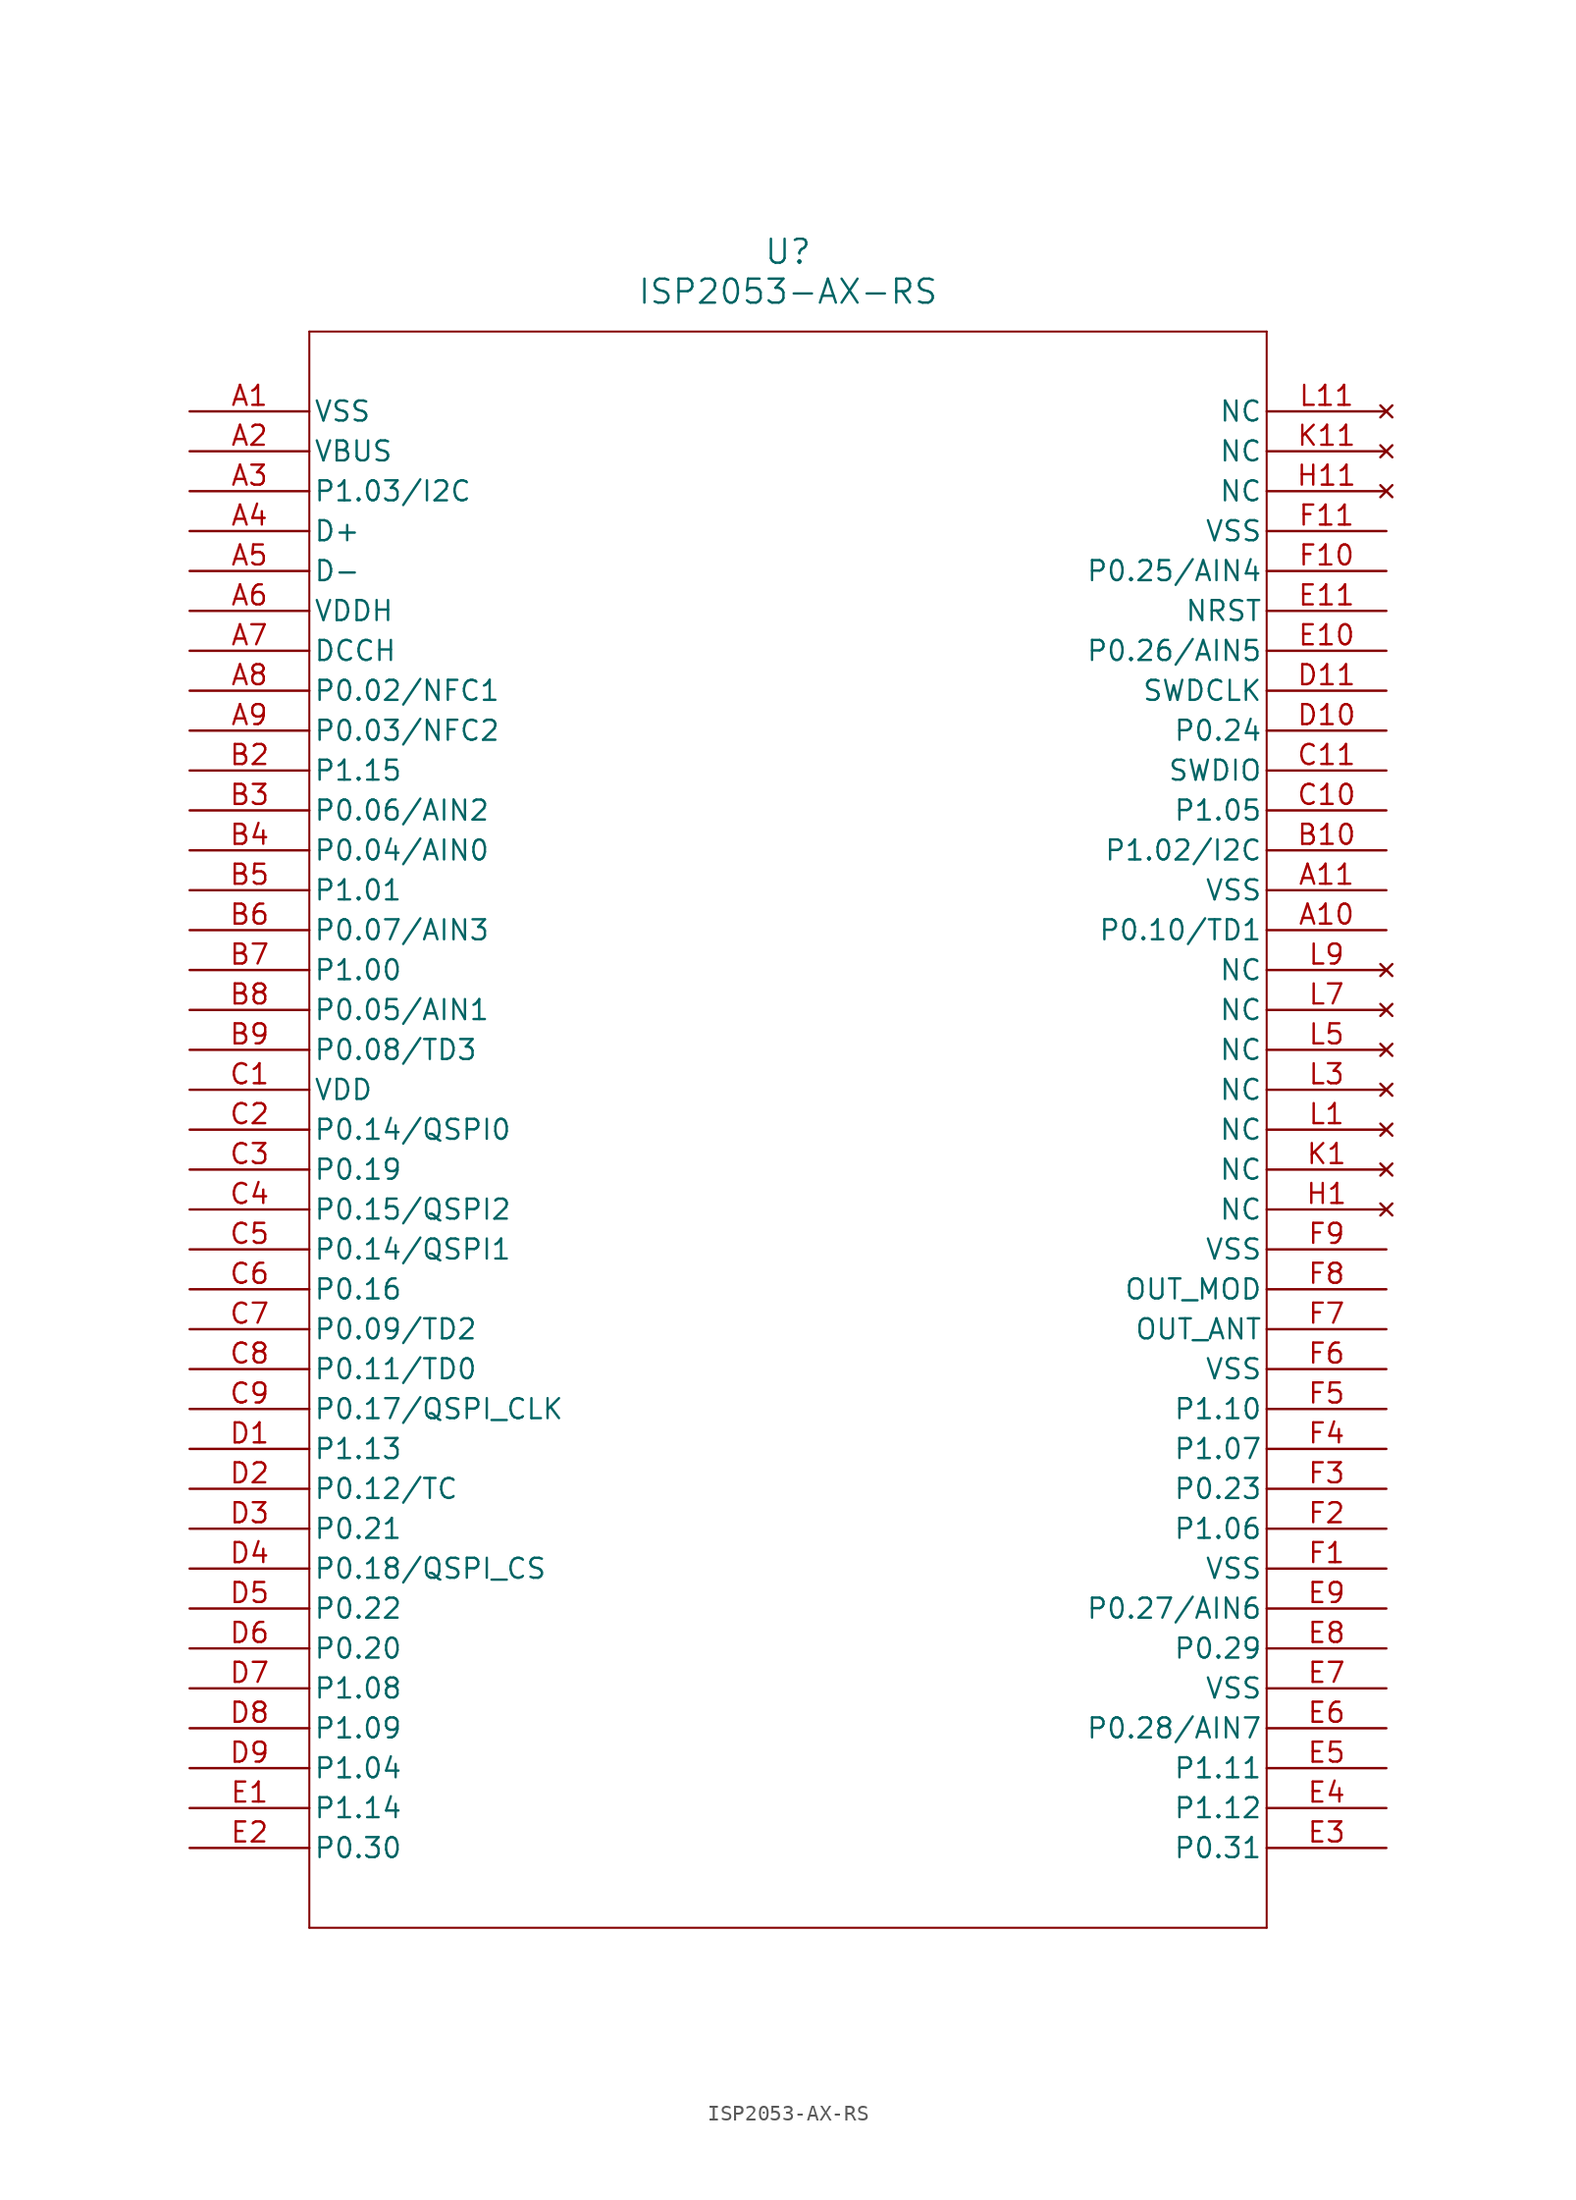
<source format=kicad_sym>
(kicad_symbol_lib
  (version 20211014)
  (generator kicad_symbol_editor)
  (symbol "ISP2053-AX-RS"
    (pin_names
      (offset 0.254))
    (property "Reference" "U"
      (at 38.1 10.16 0)
      (effects (font (size 1.524 1.524))))
    (property "Value" "ISP2053-AX-RS"
      (at 38.1 7.62 0)
      (effects (font (size 1.524 1.524))))
    (symbol "ISP2053-AX-RS_0_1"
      (polyline (pts (xy 7.62 5.08) (xy 7.62 -96.52)) (stroke (width 0.127) (type default) (color 0 0 0 0)) (fill (type none)))
      (polyline (pts (xy 7.62 -96.52) (xy 68.58 -96.52)) (stroke (width 0.127) (type default) (color 0 0 0 0)) (fill (type none)))
      (polyline (pts (xy 68.58 -96.52) (xy 68.58 5.08)) (stroke (width 0.127) (type default) (color 0 0 0 0)) (fill (type none)))
      (polyline (pts (xy 68.58 5.08) (xy 7.62 5.08)) (stroke (width 0.127) (type default) (color 0 0 0 0)) (fill (type none)))
      (pin power_out line (at 0 0 0) (length 7.62) (name "VSS" (effects (font (size 1.27 1.27)))) (number "A1" (effects (font (size 1.27 1.27)))))
      (pin power_in line (at 0 -2.54 0) (length 7.62) (name "VBUS" (effects (font (size 1.27 1.27)))) (number "A2" (effects (font (size 1.27 1.27)))))
      (pin bidirectional line (at 0 -5.08 0) (length 7.62) (name "P1.03/I2C" (effects (font (size 1.27 1.27)))) (number "A3" (effects (font (size 1.27 1.27)))))
      (pin bidirectional line (at 0 -7.62 0) (length 7.62) (name "D+" (effects (font (size 1.27 1.27)))) (number "A4" (effects (font (size 1.27 1.27)))))
      (pin bidirectional line (at 0 -10.16 0) (length 7.62) (name "D-" (effects (font (size 1.27 1.27)))) (number "A5" (effects (font (size 1.27 1.27)))))
      (pin power_in line (at 0 -12.7 0) (length 7.62) (name "VDDH" (effects (font (size 1.27 1.27)))) (number "A6" (effects (font (size 1.27 1.27)))))
      (pin power_in line (at 0 -15.24 0) (length 7.62) (name "DCCH" (effects (font (size 1.27 1.27)))) (number "A7" (effects (font (size 1.27 1.27)))))
      (pin bidirectional line (at 0 -17.78 0) (length 7.62) (name "P0.02/NFC1" (effects (font (size 1.27 1.27)))) (number "A8" (effects (font (size 1.27 1.27)))))
      (pin bidirectional line (at 0 -20.32 0) (length 7.62) (name "P0.03/NFC2" (effects (font (size 1.27 1.27)))) (number "A9" (effects (font (size 1.27 1.27)))))
      (pin bidirectional line (at 0 -22.86 0) (length 7.62) (name "P1.15" (effects (font (size 1.27 1.27)))) (number "B2" (effects (font (size 1.27 1.27)))))
      (pin bidirectional line (at 0 -25.4 0) (length 7.62) (name "P0.06/AIN2" (effects (font (size 1.27 1.27)))) (number "B3" (effects (font (size 1.27 1.27)))))
      (pin bidirectional line (at 0 -27.94 0) (length 7.62) (name "P0.04/AIN0" (effects (font (size 1.27 1.27)))) (number "B4" (effects (font (size 1.27 1.27)))))
      (pin bidirectional line (at 0 -30.48 0) (length 7.62) (name "P1.01" (effects (font (size 1.27 1.27)))) (number "B5" (effects (font (size 1.27 1.27)))))
      (pin bidirectional line (at 0 -33.02 0) (length 7.62) (name "P0.07/AIN3" (effects (font (size 1.27 1.27)))) (number "B6" (effects (font (size 1.27 1.27)))))
      (pin bidirectional line (at 0 -35.56 0) (length 7.62) (name "P1.00" (effects (font (size 1.27 1.27)))) (number "B7" (effects (font (size 1.27 1.27)))))
      (pin bidirectional line (at 0 -38.1 0) (length 7.62) (name "P0.05/AIN1" (effects (font (size 1.27 1.27)))) (number "B8" (effects (font (size 1.27 1.27)))))
      (pin bidirectional line (at 0 -40.64 0) (length 7.62) (name "P0.08/TD3" (effects (font (size 1.27 1.27)))) (number "B9" (effects (font (size 1.27 1.27)))))
      (pin power_in line (at 0 -43.18 0) (length 7.62) (name "VDD" (effects (font (size 1.27 1.27)))) (number "C1" (effects (font (size 1.27 1.27)))))
      (pin bidirectional line (at 0 -45.72 0) (length 7.62) (name "P0.14/QSPI0" (effects (font (size 1.27 1.27)))) (number "C2" (effects (font (size 1.27 1.27)))))
      (pin bidirectional line (at 0 -48.26 0) (length 7.62) (name "P0.19" (effects (font (size 1.27 1.27)))) (number "C3" (effects (font (size 1.27 1.27)))))
      (pin bidirectional line (at 0 -50.8 0) (length 7.62) (name "P0.15/QSPI2" (effects (font (size 1.27 1.27)))) (number "C4" (effects (font (size 1.27 1.27)))))
      (pin bidirectional line (at 0 -53.34 0) (length 7.62) (name "P0.14/QSPI1" (effects (font (size 1.27 1.27)))) (number "C5" (effects (font (size 1.27 1.27)))))
      (pin bidirectional line (at 0 -55.88 0) (length 7.62) (name "P0.16" (effects (font (size 1.27 1.27)))) (number "C6" (effects (font (size 1.27 1.27)))))
      (pin bidirectional line (at 0 -58.42 0) (length 7.62) (name "P0.09/TD2" (effects (font (size 1.27 1.27)))) (number "C7" (effects (font (size 1.27 1.27)))))
      (pin bidirectional line (at 0 -60.96 0) (length 7.62) (name "P0.11/TD0" (effects (font (size 1.27 1.27)))) (number "C8" (effects (font (size 1.27 1.27)))))
      (pin bidirectional line (at 0 -63.5 0) (length 7.62) (name "P0.17/QSPI_CLK" (effects (font (size 1.27 1.27)))) (number "C9" (effects (font (size 1.27 1.27)))))
      (pin bidirectional line (at 0 -66.04 0) (length 7.62) (name "P1.13" (effects (font (size 1.27 1.27)))) (number "D1" (effects (font (size 1.27 1.27)))))
      (pin bidirectional line (at 0 -68.58 0) (length 7.62) (name "P0.12/TC" (effects (font (size 1.27 1.27)))) (number "D2" (effects (font (size 1.27 1.27)))))
      (pin bidirectional line (at 0 -71.12 0) (length 7.62) (name "P0.21" (effects (font (size 1.27 1.27)))) (number "D3" (effects (font (size 1.27 1.27)))))
      (pin bidirectional line (at 0 -73.66 0) (length 7.62) (name "P0.18/QSPI_CS" (effects (font (size 1.27 1.27)))) (number "D4" (effects (font (size 1.27 1.27)))))
      (pin bidirectional line (at 0 -76.2 0) (length 7.62) (name "P0.22" (effects (font (size 1.27 1.27)))) (number "D5" (effects (font (size 1.27 1.27)))))
      (pin bidirectional line (at 0 -78.74 0) (length 7.62) (name "P0.20" (effects (font (size 1.27 1.27)))) (number "D6" (effects (font (size 1.27 1.27)))))
      (pin bidirectional line (at 0 -81.28 0) (length 7.62) (name "P1.08" (effects (font (size 1.27 1.27)))) (number "D7" (effects (font (size 1.27 1.27)))))
      (pin bidirectional line (at 0 -83.82 0) (length 7.62) (name "P1.09" (effects (font (size 1.27 1.27)))) (number "D8" (effects (font (size 1.27 1.27)))))
      (pin bidirectional line (at 0 -86.36 0) (length 7.62) (name "P1.04" (effects (font (size 1.27 1.27)))) (number "D9" (effects (font (size 1.27 1.27)))))
      (pin bidirectional line (at 0 -88.9 0) (length 7.62) (name "P1.14" (effects (font (size 1.27 1.27)))) (number "E1" (effects (font (size 1.27 1.27)))))
      (pin bidirectional line (at 0 -91.44 0) (length 7.62) (name "P0.30" (effects (font (size 1.27 1.27)))) (number "E2" (effects (font (size 1.27 1.27)))))
      (pin bidirectional line (at 76.2 -91.44 180) (length 7.62) (name "P0.31" (effects (font (size 1.27 1.27)))) (number "E3" (effects (font (size 1.27 1.27)))))
      (pin bidirectional line (at 76.2 -88.9 180) (length 7.62) (name "P1.12" (effects (font (size 1.27 1.27)))) (number "E4" (effects (font (size 1.27 1.27)))))
      (pin bidirectional line (at 76.2 -86.36 180) (length 7.62) (name "P1.11" (effects (font (size 1.27 1.27)))) (number "E5" (effects (font (size 1.27 1.27)))))
      (pin bidirectional line (at 76.2 -83.82 180) (length 7.62) (name "P0.28/AIN7" (effects (font (size 1.27 1.27)))) (number "E6" (effects (font (size 1.27 1.27)))))
      (pin power_out line (at 76.2 -81.28 180) (length 7.62) (name "VSS" (effects (font (size 1.27 1.27)))) (number "E7" (effects (font (size 1.27 1.27)))))
      (pin bidirectional line (at 76.2 -78.74 180) (length 7.62) (name "P0.29" (effects (font (size 1.27 1.27)))) (number "E8" (effects (font (size 1.27 1.27)))))
      (pin bidirectional line (at 76.2 -76.2 180) (length 7.62) (name "P0.27/AIN6" (effects (font (size 1.27 1.27)))) (number "E9" (effects (font (size 1.27 1.27)))))
      (pin power_out line (at 76.2 -73.66 180) (length 7.62) (name "VSS" (effects (font (size 1.27 1.27)))) (number "F1" (effects (font (size 1.27 1.27)))))
      (pin bidirectional line (at 76.2 -71.12 180) (length 7.62) (name "P1.06" (effects (font (size 1.27 1.27)))) (number "F2" (effects (font (size 1.27 1.27)))))
      (pin bidirectional line (at 76.2 -68.58 180) (length 7.62) (name "P0.23" (effects (font (size 1.27 1.27)))) (number "F3" (effects (font (size 1.27 1.27)))))
      (pin bidirectional line (at 76.2 -66.04 180) (length 7.62) (name "P1.07" (effects (font (size 1.27 1.27)))) (number "F4" (effects (font (size 1.27 1.27)))))
      (pin bidirectional line (at 76.2 -63.5 180) (length 7.62) (name "P1.10" (effects (font (size 1.27 1.27)))) (number "F5" (effects (font (size 1.27 1.27)))))
      (pin power_out line (at 76.2 -60.96 180) (length 7.62) (name "VSS" (effects (font (size 1.27 1.27)))) (number "F6" (effects (font (size 1.27 1.27)))))
      (pin bidirectional line (at 76.2 -58.42 180) (length 7.62) (name "OUT_ANT" (effects (font (size 1.27 1.27)))) (number "F7" (effects (font (size 1.27 1.27)))))
      (pin bidirectional line (at 76.2 -55.88 180) (length 7.62) (name "OUT_MOD" (effects (font (size 1.27 1.27)))) (number "F8" (effects (font (size 1.27 1.27)))))
      (pin power_out line (at 76.2 -53.34 180) (length 7.62) (name "VSS" (effects (font (size 1.27 1.27)))) (number "F9" (effects (font (size 1.27 1.27)))))
      (pin no_connect line (at 76.2 -50.8 180) (length 7.62) (name "NC" (effects (font (size 1.27 1.27)))) (number "H1" (effects (font (size 1.27 1.27)))))
      (pin no_connect line (at 76.2 -48.26 180) (length 7.62) (name "NC" (effects (font (size 1.27 1.27)))) (number "K1" (effects (font (size 1.27 1.27)))))
      (pin no_connect line (at 76.2 -45.72 180) (length 7.62) (name "NC" (effects (font (size 1.27 1.27)))) (number "L1" (effects (font (size 1.27 1.27)))))
      (pin no_connect line (at 76.2 -43.18 180) (length 7.62) (name "NC" (effects (font (size 1.27 1.27)))) (number "L3" (effects (font (size 1.27 1.27)))))
      (pin no_connect line (at 76.2 -40.64 180) (length 7.62) (name "NC" (effects (font (size 1.27 1.27)))) (number "L5" (effects (font (size 1.27 1.27)))))
      (pin no_connect line (at 76.2 -38.1 180) (length 7.62) (name "NC" (effects (font (size 1.27 1.27)))) (number "L7" (effects (font (size 1.27 1.27)))))
      (pin no_connect line (at 76.2 -35.56 180) (length 7.62) (name "NC" (effects (font (size 1.27 1.27)))) (number "L9" (effects (font (size 1.27 1.27)))))
      (pin bidirectional line (at 76.2 -33.02 180) (length 7.62) (name "P0.10/TD1" (effects (font (size 1.27 1.27)))) (number "A10" (effects (font (size 1.27 1.27)))))
      (pin power_out line (at 76.2 -30.48 180) (length 7.62) (name "VSS" (effects (font (size 1.27 1.27)))) (number "A11" (effects (font (size 1.27 1.27)))))
      (pin bidirectional line (at 76.2 -27.94 180) (length 7.62) (name "P1.02/I2C" (effects (font (size 1.27 1.27)))) (number "B10" (effects (font (size 1.27 1.27)))))
      (pin bidirectional line (at 76.2 -25.4 180) (length 7.62) (name "P1.05" (effects (font (size 1.27 1.27)))) (number "C10" (effects (font (size 1.27 1.27)))))
      (pin bidirectional line (at 76.2 -22.86 180) (length 7.62) (name "SWDIO" (effects (font (size 1.27 1.27)))) (number "C11" (effects (font (size 1.27 1.27)))))
      (pin bidirectional line (at 76.2 -20.32 180) (length 7.62) (name "P0.24" (effects (font (size 1.27 1.27)))) (number "D10" (effects (font (size 1.27 1.27)))))
      (pin input line (at 76.2 -17.78 180) (length 7.62) (name "SWDCLK" (effects (font (size 1.27 1.27)))) (number "D11" (effects (font (size 1.27 1.27)))))
      (pin bidirectional line (at 76.2 -15.24 180) (length 7.62) (name "P0.26/AIN5" (effects (font (size 1.27 1.27)))) (number "E10" (effects (font (size 1.27 1.27)))))
      (pin unspecified line (at 76.2 -12.7 180) (length 7.62) (name "NRST" (effects (font (size 1.27 1.27)))) (number "E11" (effects (font (size 1.27 1.27)))))
      (pin bidirectional line (at 76.2 -10.16 180) (length 7.62) (name "P0.25/AIN4" (effects (font (size 1.27 1.27)))) (number "F10" (effects (font (size 1.27 1.27)))))
      (pin power_out line (at 76.2 -7.62 180) (length 7.62) (name "VSS" (effects (font (size 1.27 1.27)))) (number "F11" (effects (font (size 1.27 1.27)))))
      (pin no_connect line (at 76.2 -5.08 180) (length 7.62) (name "NC" (effects (font (size 1.27 1.27)))) (number "H11" (effects (font (size 1.27 1.27)))))
      (pin no_connect line (at 76.2 -2.54 180) (length 7.62) (name "NC" (effects (font (size 1.27 1.27)))) (number "K11" (effects (font (size 1.27 1.27)))))
      (pin no_connect line (at 76.2 0 180) (length 7.62) (name "NC" (effects (font (size 1.27 1.27)))) (number "L11" (effects (font (size 1.27 1.27))))))))
</source>
